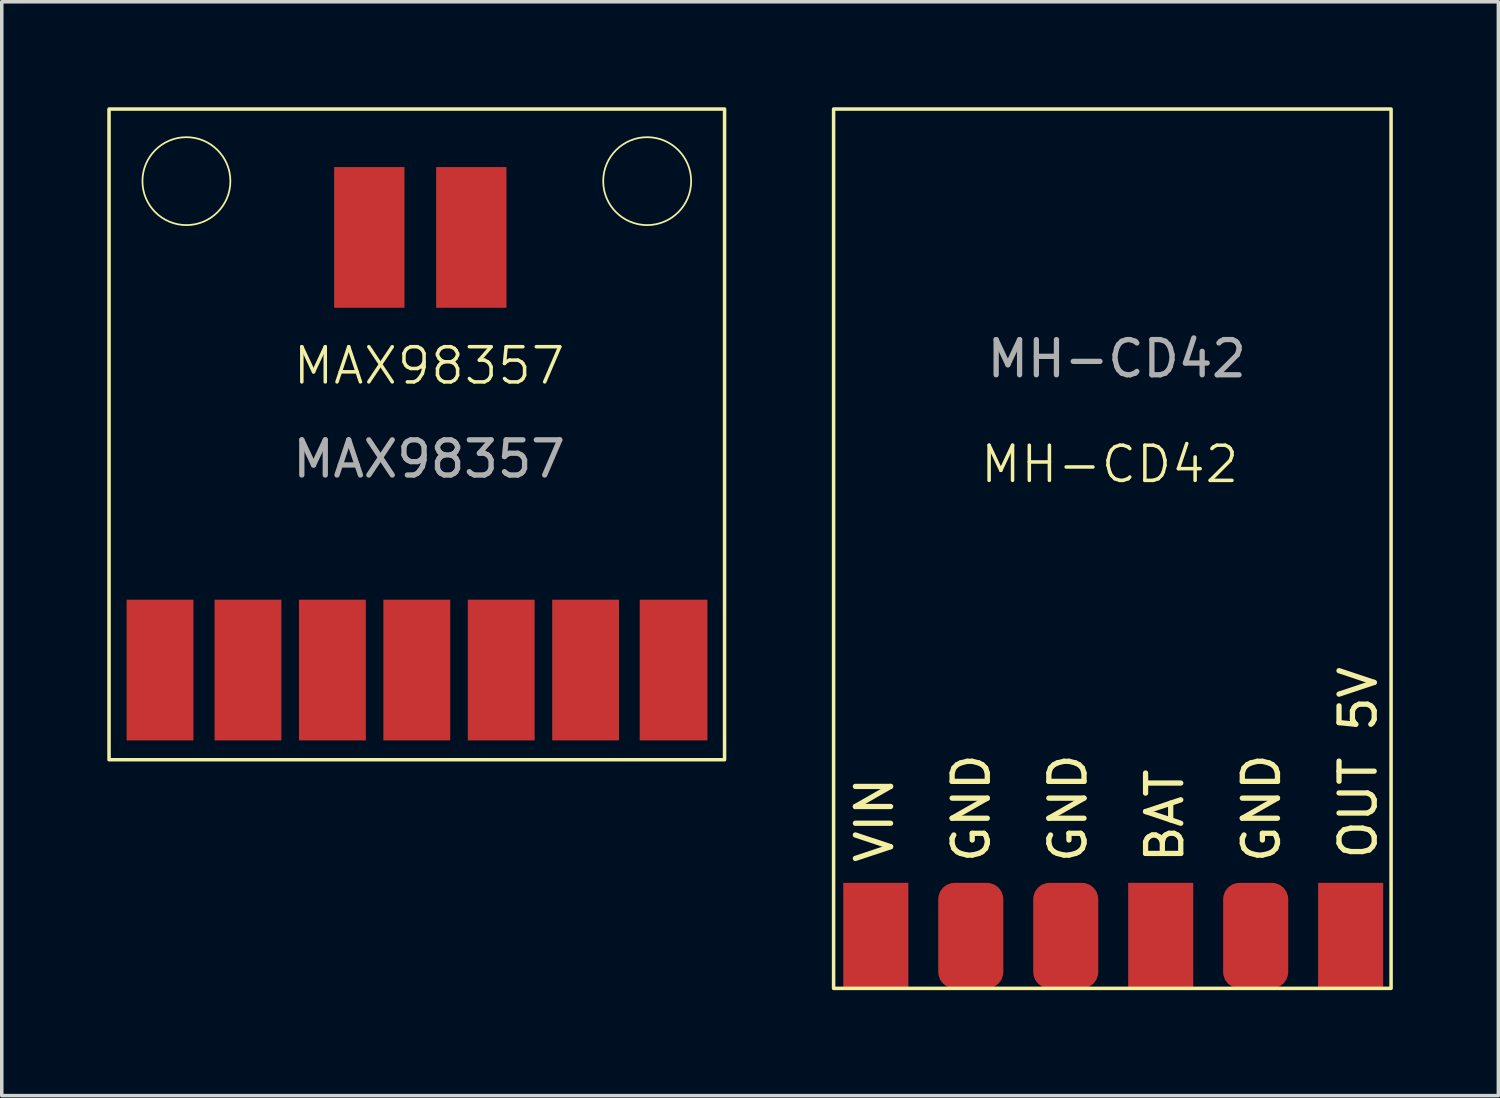
<source format=kicad_pcb>
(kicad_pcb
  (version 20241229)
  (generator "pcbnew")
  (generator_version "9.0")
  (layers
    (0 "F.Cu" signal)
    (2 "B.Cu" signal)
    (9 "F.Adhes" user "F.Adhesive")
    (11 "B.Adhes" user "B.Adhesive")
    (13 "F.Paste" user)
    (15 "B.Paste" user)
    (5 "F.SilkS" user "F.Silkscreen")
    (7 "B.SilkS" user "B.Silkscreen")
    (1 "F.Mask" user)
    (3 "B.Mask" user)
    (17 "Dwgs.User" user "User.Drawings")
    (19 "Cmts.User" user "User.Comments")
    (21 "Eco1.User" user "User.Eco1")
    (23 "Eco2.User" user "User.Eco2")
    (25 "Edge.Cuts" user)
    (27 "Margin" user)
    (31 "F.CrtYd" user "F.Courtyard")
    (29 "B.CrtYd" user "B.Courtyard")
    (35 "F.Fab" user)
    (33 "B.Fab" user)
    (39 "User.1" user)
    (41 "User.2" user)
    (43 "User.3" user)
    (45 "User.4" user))
  (footprint "MH-CD42"
    (layer "F.Cu")
    (at 28.4 11.35)
    (property "Reference" "MH-CD42" (at 0.1 -1.2 0) (unlocked yes) (layer "F.SilkS") (effects (font (size 1 1) (thickness 0.1))))
    (attr smd)
    (fp_rect (start -7.75 -11.3) (end 8.1 13.7) (stroke (width 0.1) (type default)) (fill no) (layer "F.SilkS"))
    (fp_text user "GND" (at -0.5 10.2 90) (unlocked yes) (layer "F.SilkS") (effects (font (size 1 1) (thickness 0.15)) (justify left bottom)))
    (fp_text user "BAT" (at 2.25 10.2 90) (unlocked yes) (layer "F.SilkS") (effects (font (size 1 1) (thickness 0.15)) (justify left bottom)))
    (fp_text user "VIN" (at -6 10.2 90) (unlocked yes) (layer "F.SilkS") (effects (font (size 1 1) (thickness 0.15)) (justify left bottom)))
    (fp_text user "OUT 5V" (at 7.75 10.1 90) (unlocked yes) (layer "F.SilkS") (effects (font (size 1 1) (thickness 0.15)) (justify left bottom)))
    (fp_text user "GND" (at 5 10.2 90) (unlocked yes) (layer "F.SilkS") (effects (font (size 1 1) (thickness 0.15)) (justify left bottom)))
    (fp_text user "GND" (at -3.25 10.2 90) (unlocked yes) (layer "F.SilkS") (effects (font (size 1 1) (thickness 0.15)) (justify left bottom)))
    (fp_text user "${REFERENCE}" (at 0.3 -4.2 0) (unlocked yes) (layer "F.Fab") (effects (font (size 1 1) (thickness 0.15))))
    (pad "1" smd rect (at 6.95 12.2 90) (size 3 1.85) (layers "F.Cu" "F.Mask" "F.Paste"))
    (pad "2" smd roundrect (at 4.25 12.2 90) (size 3 1.85) (layers "F.Cu" "F.Mask" "F.Paste") (roundrect_rratio 0.25))
    (pad "3" smd rect (at 1.55 12.2 90) (size 3 1.85) (layers "F.Cu" "F.Mask" "F.Paste"))
    (pad "4" smd roundrect (at -1.15 12.2 90) (size 3 1.85) (layers "F.Cu" "F.Mask" "F.Paste") (roundrect_rratio 0.25))
    (pad "5" smd roundrect (at -3.85 12.2 90) (size 3 1.85) (layers "F.Cu" "F.Mask" "F.Paste") (roundrect_rratio 0.25))
    (pad "6" smd rect (at -6.55 12.2 90) (size 3 1.85) (layers "F.Cu" "F.Mask" "F.Paste")))
  (footprint "MAX98357"
    (layer "F.Cu")
    (at 8.85 7.5)
    (property "Reference" "MAX98357" (at 0.3 -0.15 0) (unlocked yes) (layer "F.SilkS") (effects (font (size 1 1) (thickness 0.1))))
    (attr smd)
    (fp_rect (start -8.8 -7.45) (end 8.7 11.05) (stroke (width 0.1) (type default)) (fill no) (layer "F.SilkS"))
    (fp_circle (center -6.6 -5.4) (end -5.35 -5.4) (stroke (width 0.05) (type default)) (fill no) (layer "F.SilkS"))
    (fp_circle (center 6.5 -5.4) (end 7.75 -5.4) (stroke (width 0.05) (type default)) (fill no) (layer "F.SilkS"))
    (fp_text user "${REFERENCE}" (at 0.3 2.5 0) (unlocked yes) (layer "F.Fab") (effects (font (size 1 1) (thickness 0.15))))
    (pad "1" smd rect (at 7.25 8.5) (size 1.925 4) (layers "F.Cu" "F.Mask" "F.Paste"))
    (pad "2" smd rect (at 4.75 8.5) (size 1.9 4) (layers "F.Cu" "F.Mask" "F.Paste"))
    (pad "3" smd rect (at 2.35 8.5) (size 1.9 4) (layers "F.Cu" "F.Mask" "F.Paste"))
    (pad "4" smd rect (at -0.05 8.5) (size 1.9 4) (layers "F.Cu" "F.Mask" "F.Paste"))
    (pad "5" smd rect (at -2.45 8.5) (size 1.9 4) (layers "F.Cu" "F.Mask" "F.Paste"))
    (pad "6" smd rect (at -4.85 8.5) (size 1.9 4) (layers "F.Cu" "F.Mask" "F.Paste"))
    (pad "7" smd rect (at -7.35 8.5) (size 1.9 4) (layers "F.Cu" "F.Mask" "F.Paste"))
    (pad "8" smd rect (at -1.4 -3.8) (size 2 4) (layers "F.Cu" "F.Mask" "F.Paste"))
    (pad "9" smd rect (at 1.5 -3.8) (size 2 4) (layers "F.Cu" "F.Mask" "F.Paste")))
  (gr_rect
    (start -3 -3)
    (end 39.55 28.1)
    (stroke (width 0.1) (type default))
    (fill no)
    (layer "Edge.Cuts")))
</source>
